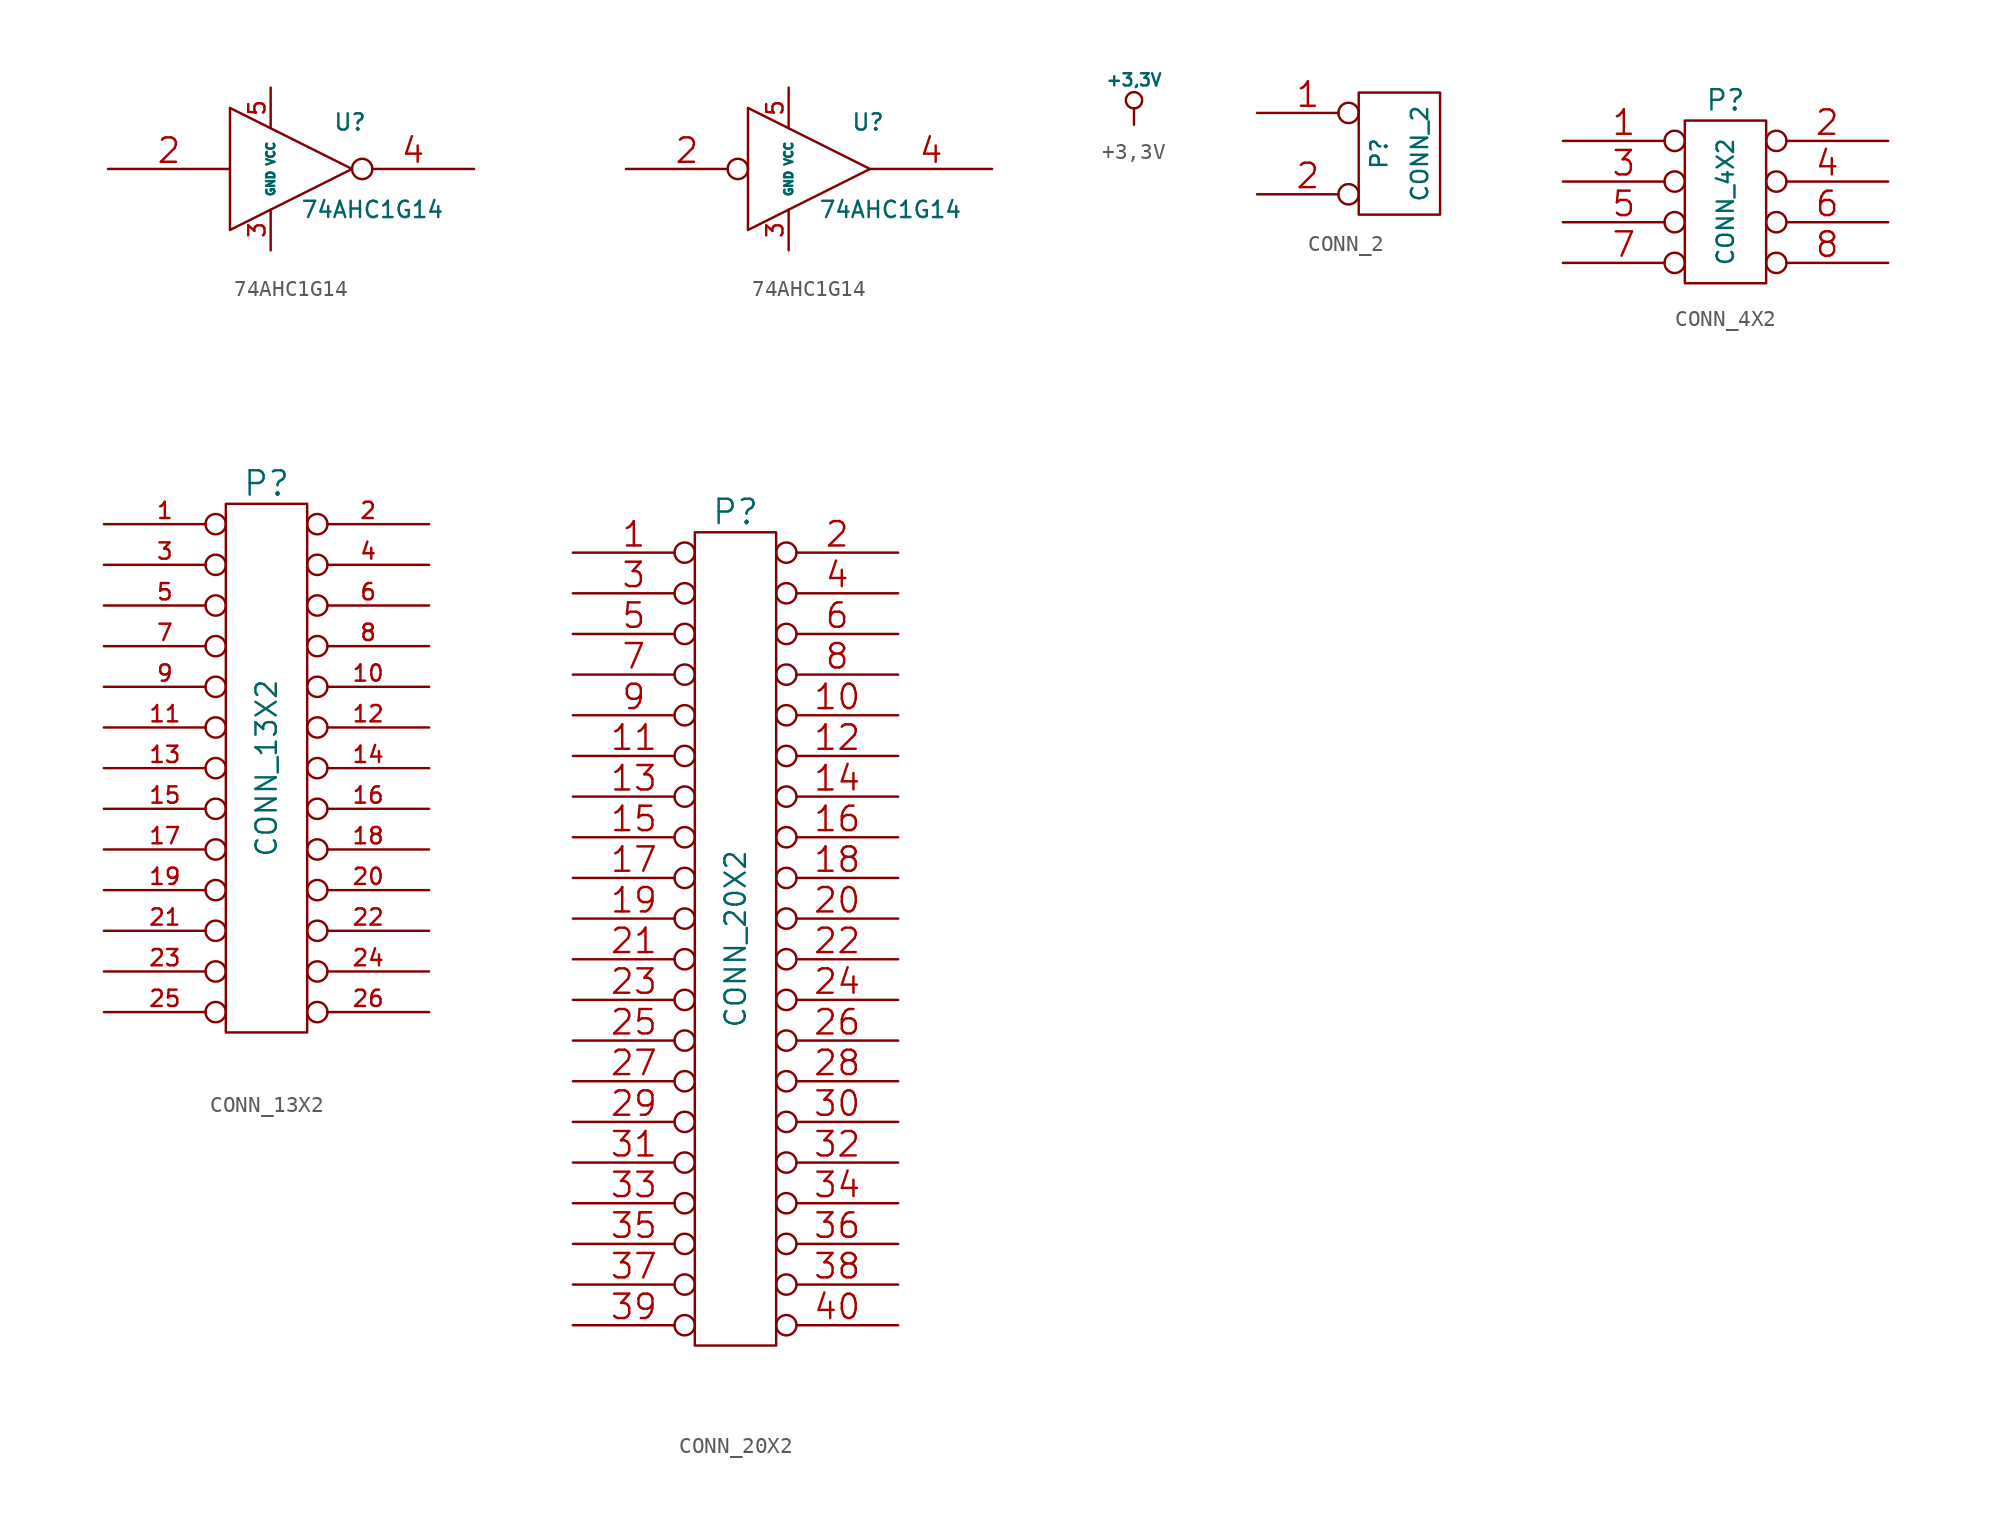
<source format=kicad_sym>
(kicad_symbol_lib
  (version 20241209)
  (generator "kicad_symbol_editor")
  (generator_version "9.0")
  (symbol "74AHC1G14"
    (pin_names
      (offset 0.762))
    (property "Reference" "U"
      (at 3.683 2.921 0)
      (effects (font (size 1.016 1.016))))
    (property "Value" "74AHC1G14"
      (at 5.08 -2.54 0)
      (effects (font (size 1.016 1.016))))
    (property "Footprint" ""
      (at 2.413 -3.429 0)
      (effects (font (size 0.762 0.762))))
    (property "Datasheet" ""
      (at 3.683 2.921 0)
      (effects (font (size 1.524 1.524))))
    (symbol "74AHC1G14_0_0"
      (polyline (pts (xy -3.81 3.81) (xy -3.81 -3.81) (xy 3.81 0) (xy -3.81 3.81)) (stroke (width 0) (type default)) (fill (type none)))
      (pin power_in line (at -1.27 5.08 270) (length 2.54) (name "VCC" (effects (font (size 0.508 0.508)))) (number "5" (effects (font (size 1.016 1.016)))))
      (pin power_in line (at -1.27 -5.08 90) (length 2.54) (name "GND" (effects (font (size 0.508 0.508)))) (number "3" (effects (font (size 1.016 1.016))))))
    (symbol "74AHC1G14_1_1"
      (pin input line (at -11.43 0 0) (length 7.62) (name "~" (effects (font (size 1.524 1.524)))) (number "2" (effects (font (size 1.524 1.524)))))
      (pin output inverted (at 11.43 0 180) (length 7.62) (name "~" (effects (font (size 1.524 1.524)))) (number "4" (effects (font (size 1.524 1.524))))))
    (symbol "74AHC1G14_1_2"
      (pin input inverted (at -11.43 0 0) (length 7.62) (name "~" (effects (font (size 1.524 1.524)))) (number "2" (effects (font (size 1.524 1.524)))))
      (pin output line (at 11.43 0 180) (length 7.62) (name "~" (effects (font (size 1.524 1.524)))) (number "4" (effects (font (size 1.524 1.524)))))))
  (symbol "+3,3V"
    (power)
    (pin_names
      (offset 0))
    (property "Reference" "#PWR"
      (at 0 -1.016 0)
      (effects (font (size 0.762 0.762)) (hide yes)))
    (property "Value" "+3,3V"
      (at 0 2.794 0)
      (effects (font (size 0.762 0.762))))
    (property "Footprint" ""
      (at 0 0 0)
      (effects (font (size 1.524 1.524))))
    (property "Datasheet" ""
      (at 0 0 0)
      (effects (font (size 1.524 1.524))))
    (symbol "+3,3V_0_0"
      (pin power_in line (at 0 0 90) (length 0) (hide yes) (name "+3.3V" (effects (font (size 0.762 0.762)))) (number "1" (effects (font (size 0.762 0.762))))))
    (symbol "+3,3V_0_1"
      (circle (center 0 1.524) (radius 0.508) (stroke (width 0) (type default)) (fill (type none)))
      (polyline (pts (xy 0 0) (xy 0 1.016) (xy 0 1.016)) (stroke (width 0) (type default)) (fill (type none)))))
  (symbol "CONN_2"
    (pin_names
      (offset 1.016)
      (hide yes))
    (property "Reference" "P"
      (at -1.27 0 90)
      (effects (font (size 1.016 1.016))))
    (property "Value" "CONN_2"
      (at 1.27 0 90)
      (effects (font (size 1.016 1.016))))
    (property "Footprint" ""
      (at 0 0 0)
      (effects (font (size 1.524 1.524))))
    (property "Datasheet" ""
      (at 0 0 0)
      (effects (font (size 1.524 1.524))))
    (symbol "CONN_2_0_1"
      (rectangle (start -2.54 3.81) (end 2.54 -3.81) (stroke (width 0) (type default)) (fill (type none))))
    (symbol "CONN_2_1_1"
      (pin passive inverted (at -8.89 2.54 0) (length 6.35) (name "P1" (effects (font (size 1.524 1.524)))) (number "1" (effects (font (size 1.524 1.524)))))
      (pin passive inverted (at -8.89 -2.54 0) (length 6.35) (name "PM" (effects (font (size 1.524 1.524)))) (number "2" (effects (font (size 1.524 1.524)))))))
  (symbol "CONN_4X2"
    (pin_names
      (offset 1.016)
      (hide yes))
    (property "Reference" "P"
      (at 0 6.35 0)
      (effects (font (size 1.27 1.27))))
    (property "Value" "CONN_4X2"
      (at 0 0 90)
      (effects (font (size 1.016 1.016))))
    (property "Footprint" ""
      (at 0 0 0)
      (effects (font (size 1.524 1.524))))
    (property "Datasheet" ""
      (at 0 0 0)
      (effects (font (size 1.524 1.524))))
    (symbol "CONN_4X2_0_1"
      (rectangle (start -2.54 5.08) (end 2.54 -5.08) (stroke (width 0) (type default)) (fill (type none))))
    (symbol "CONN_4X2_1_1"
      (pin passive inverted (at -10.16 3.81 0) (length 7.62) (name "1" (effects (font (size 1.524 1.524)))) (number "1" (effects (font (size 1.524 1.524)))))
      (pin passive inverted (at -10.16 1.27 0) (length 7.62) (name "3" (effects (font (size 1.524 1.524)))) (number "3" (effects (font (size 1.524 1.524)))))
      (pin passive inverted (at -10.16 -1.27 0) (length 7.62) (name "5" (effects (font (size 1.524 1.524)))) (number "5" (effects (font (size 1.524 1.524)))))
      (pin passive inverted (at -10.16 -3.81 0) (length 7.62) (name "7" (effects (font (size 1.524 1.524)))) (number "7" (effects (font (size 1.524 1.524)))))
      (pin passive inverted (at 10.16 3.81 180) (length 7.62) (name "2" (effects (font (size 1.524 1.524)))) (number "2" (effects (font (size 1.524 1.524)))))
      (pin passive inverted (at 10.16 1.27 180) (length 7.62) (name "4" (effects (font (size 1.524 1.524)))) (number "4" (effects (font (size 1.524 1.524)))))
      (pin passive inverted (at 10.16 -1.27 180) (length 7.62) (name "6" (effects (font (size 1.524 1.524)))) (number "6" (effects (font (size 1.524 1.524)))))
      (pin passive inverted (at 10.16 -3.81 180) (length 7.62) (name "8" (effects (font (size 1.524 1.524)))) (number "8" (effects (font (size 1.524 1.524)))))))
  (symbol "CONN_13X2"
    (pin_names
      (offset 0.254)
      (hide yes))
    (property "Reference" "P"
      (at 0 17.78 0)
      (effects (font (size 1.524 1.524))))
    (property "Value" "CONN_13X2"
      (at 0 0 90)
      (effects (font (size 1.27 1.27))))
    (property "Footprint" ""
      (at 0 0 0)
      (effects (font (size 1.524 1.524))))
    (property "Datasheet" ""
      (at 0 0 0)
      (effects (font (size 1.524 1.524))))
    (symbol "CONN_13X2_0_1"
      (rectangle (start -2.54 16.51) (end 2.54 -16.51) (stroke (width 0) (type default)) (fill (type none))))
    (symbol "CONN_13X2_1_1"
      (pin passive inverted (at -10.16 15.24 0) (length 7.62) (name "P1" (effects (font (size 0.762 0.762)))) (number "1" (effects (font (size 1.016 1.016)))))
      (pin passive inverted (at -10.16 12.7 0) (length 7.62) (name "P3" (effects (font (size 0.762 0.762)))) (number "3" (effects (font (size 1.016 1.016)))))
      (pin passive inverted (at -10.16 10.16 0) (length 7.62) (name "P5" (effects (font (size 0.762 0.762)))) (number "5" (effects (font (size 1.016 1.016)))))
      (pin passive inverted (at -10.16 7.62 0) (length 7.62) (name "P7" (effects (font (size 0.762 0.762)))) (number "7" (effects (font (size 1.016 1.016)))))
      (pin passive inverted (at -10.16 5.08 0) (length 7.62) (name "P9" (effects (font (size 0.762 0.762)))) (number "9" (effects (font (size 1.016 1.016)))))
      (pin passive inverted (at -10.16 2.54 0) (length 7.62) (name "P11" (effects (font (size 0.762 0.762)))) (number "11" (effects (font (size 1.016 1.016)))))
      (pin passive inverted (at -10.16 0 0) (length 7.62) (name "P13" (effects (font (size 0.762 0.762)))) (number "13" (effects (font (size 1.016 1.016)))))
      (pin passive inverted (at -10.16 -2.54 0) (length 7.62) (name "P15" (effects (font (size 0.762 0.762)))) (number "15" (effects (font (size 1.016 1.016)))))
      (pin passive inverted (at -10.16 -5.08 0) (length 7.62) (name "P17" (effects (font (size 0.762 0.762)))) (number "17" (effects (font (size 1.016 1.016)))))
      (pin passive inverted (at -10.16 -7.62 0) (length 7.62) (name "P19" (effects (font (size 0.762 0.762)))) (number "19" (effects (font (size 1.016 1.016)))))
      (pin passive inverted (at -10.16 -10.16 0) (length 7.62) (name "P21" (effects (font (size 0.762 0.762)))) (number "21" (effects (font (size 1.016 1.016)))))
      (pin passive inverted (at -10.16 -12.7 0) (length 7.62) (name "P23" (effects (font (size 0.762 0.762)))) (number "23" (effects (font (size 1.016 1.016)))))
      (pin passive inverted (at -10.16 -15.24 0) (length 7.62) (name "P24" (effects (font (size 0.762 0.762)))) (number "25" (effects (font (size 1.016 1.016)))))
      (pin passive inverted (at 10.16 15.24 180) (length 7.62) (name "P2" (effects (font (size 0.762 0.762)))) (number "2" (effects (font (size 1.016 1.016)))))
      (pin passive inverted (at 10.16 12.7 180) (length 7.62) (name "P4" (effects (font (size 0.762 0.762)))) (number "4" (effects (font (size 1.016 1.016)))))
      (pin passive inverted (at 10.16 10.16 180) (length 7.62) (name "P6" (effects (font (size 0.762 0.762)))) (number "6" (effects (font (size 1.016 1.016)))))
      (pin passive inverted (at 10.16 7.62 180) (length 7.62) (name "P8" (effects (font (size 0.762 0.762)))) (number "8" (effects (font (size 1.016 1.016)))))
      (pin passive inverted (at 10.16 5.08 180) (length 7.62) (name "P10" (effects (font (size 0.762 0.762)))) (number "10" (effects (font (size 1.016 1.016)))))
      (pin passive inverted (at 10.16 2.54 180) (length 7.62) (name "P12" (effects (font (size 0.762 0.762)))) (number "12" (effects (font (size 1.016 1.016)))))
      (pin passive inverted (at 10.16 0 180) (length 7.62) (name "P14" (effects (font (size 0.762 0.762)))) (number "14" (effects (font (size 1.016 1.016)))))
      (pin passive inverted (at 10.16 -2.54 180) (length 7.62) (name "P16" (effects (font (size 0.762 0.762)))) (number "16" (effects (font (size 1.016 1.016)))))
      (pin passive inverted (at 10.16 -5.08 180) (length 7.62) (name "P18" (effects (font (size 0.762 0.762)))) (number "18" (effects (font (size 1.016 1.016)))))
      (pin passive inverted (at 10.16 -7.62 180) (length 7.62) (name "P20" (effects (font (size 0.762 0.762)))) (number "20" (effects (font (size 1.016 1.016)))))
      (pin passive inverted (at 10.16 -10.16 180) (length 7.62) (name "P22" (effects (font (size 0.762 0.762)))) (number "22" (effects (font (size 1.016 1.016)))))
      (pin passive inverted (at 10.16 -12.7 180) (length 7.62) (name "P20" (effects (font (size 0.762 0.762)))) (number "24" (effects (font (size 1.016 1.016)))))
      (pin passive inverted (at 10.16 -15.24 180) (length 7.62) (name "P22" (effects (font (size 0.762 0.762)))) (number "26" (effects (font (size 1.016 1.016)))))))
  (symbol "CONN_20X2"
    (pin_names
      (offset 0.254)
      (hide yes))
    (property "Reference" "P"
      (at 0 26.67 0)
      (effects (font (size 1.524 1.524))))
    (property "Value" "CONN_20X2"
      (at 0 0 90)
      (effects (font (size 1.27 1.27))))
    (property "Footprint" ""
      (at 0 0 0)
      (effects (font (size 1.524 1.524))))
    (property "Datasheet" ""
      (at 0 0 0)
      (effects (font (size 1.524 1.524))))
    (symbol "CONN_20X2_0_1"
      (rectangle (start -2.54 25.4) (end 2.54 -25.4) (stroke (width 0) (type default)) (fill (type none))))
    (symbol "CONN_20X2_1_1"
      (pin passive inverted (at -10.16 24.13 0) (length 7.62) (name "P1" (effects (font (size 0.762 0.762)))) (number "1" (effects (font (size 1.524 1.524)))))
      (pin passive inverted (at -10.16 21.59 0) (length 7.62) (name "P3" (effects (font (size 0.762 0.762)))) (number "3" (effects (font (size 1.524 1.524)))))
      (pin passive inverted (at -10.16 19.05 0) (length 7.62) (name "P5" (effects (font (size 0.762 0.762)))) (number "5" (effects (font (size 1.524 1.524)))))
      (pin passive inverted (at -10.16 16.51 0) (length 7.62) (name "P7" (effects (font (size 0.762 0.762)))) (number "7" (effects (font (size 1.524 1.524)))))
      (pin passive inverted (at -10.16 13.97 0) (length 7.62) (name "P9" (effects (font (size 0.762 0.762)))) (number "9" (effects (font (size 1.524 1.524)))))
      (pin passive inverted (at -10.16 11.43 0) (length 7.62) (name "P11" (effects (font (size 0.762 0.762)))) (number "11" (effects (font (size 1.524 1.524)))))
      (pin passive inverted (at -10.16 8.89 0) (length 7.62) (name "P13" (effects (font (size 0.762 0.762)))) (number "13" (effects (font (size 1.524 1.524)))))
      (pin passive inverted (at -10.16 6.35 0) (length 7.62) (name "P15" (effects (font (size 0.762 0.762)))) (number "15" (effects (font (size 1.524 1.524)))))
      (pin passive inverted (at -10.16 3.81 0) (length 7.62) (name "P17" (effects (font (size 0.762 0.762)))) (number "17" (effects (font (size 1.524 1.524)))))
      (pin passive inverted (at -10.16 1.27 0) (length 7.62) (name "P19" (effects (font (size 0.762 0.762)))) (number "19" (effects (font (size 1.524 1.524)))))
      (pin passive inverted (at -10.16 -1.27 0) (length 7.62) (name "P21" (effects (font (size 0.762 0.762)))) (number "21" (effects (font (size 1.524 1.524)))))
      (pin passive inverted (at -10.16 -3.81 0) (length 7.62) (name "P23" (effects (font (size 0.762 0.762)))) (number "23" (effects (font (size 1.524 1.524)))))
      (pin passive inverted (at -10.16 -6.35 0) (length 7.62) (name "~" (effects (font (size 0.762 0.762)))) (number "25" (effects (font (size 1.524 1.524)))))
      (pin passive inverted (at -10.16 -8.89 0) (length 7.62) (name "P27" (effects (font (size 0.762 0.762)))) (number "27" (effects (font (size 1.524 1.524)))))
      (pin passive inverted (at -10.16 -11.43 0) (length 7.62) (name "P29" (effects (font (size 0.762 0.762)))) (number "29" (effects (font (size 1.524 1.524)))))
      (pin passive inverted (at -10.16 -13.97 0) (length 7.62) (name "P31" (effects (font (size 0.762 0.762)))) (number "31" (effects (font (size 1.524 1.524)))))
      (pin passive inverted (at -10.16 -16.51 0) (length 7.62) (name "P33" (effects (font (size 0.762 0.762)))) (number "33" (effects (font (size 1.524 1.524)))))
      (pin passive inverted (at -10.16 -19.05 0) (length 7.62) (name "P35" (effects (font (size 0.762 0.762)))) (number "35" (effects (font (size 1.524 1.524)))))
      (pin passive inverted (at -10.16 -21.59 0) (length 7.62) (name "P37" (effects (font (size 0.762 0.762)))) (number "37" (effects (font (size 1.524 1.524)))))
      (pin passive inverted (at -10.16 -24.13 0) (length 7.62) (name "P39" (effects (font (size 0.762 0.762)))) (number "39" (effects (font (size 1.524 1.524)))))
      (pin passive inverted (at 10.16 24.13 180) (length 7.62) (name "P2" (effects (font (size 0.762 0.762)))) (number "2" (effects (font (size 1.524 1.524)))))
      (pin passive inverted (at 10.16 21.59 180) (length 7.62) (name "P4" (effects (font (size 0.762 0.762)))) (number "4" (effects (font (size 1.524 1.524)))))
      (pin passive inverted (at 10.16 19.05 180) (length 7.62) (name "P6" (effects (font (size 0.762 0.762)))) (number "6" (effects (font (size 1.524 1.524)))))
      (pin passive inverted (at 10.16 16.51 180) (length 7.62) (name "P8" (effects (font (size 0.762 0.762)))) (number "8" (effects (font (size 1.524 1.524)))))
      (pin passive inverted (at 10.16 13.97 180) (length 7.62) (name "P10" (effects (font (size 0.762 0.762)))) (number "10" (effects (font (size 1.524 1.524)))))
      (pin passive inverted (at 10.16 11.43 180) (length 7.62) (name "P12" (effects (font (size 0.762 0.762)))) (number "12" (effects (font (size 1.524 1.524)))))
      (pin passive inverted (at 10.16 8.89 180) (length 7.62) (name "P14" (effects (font (size 0.762 0.762)))) (number "14" (effects (font (size 1.524 1.524)))))
      (pin passive inverted (at 10.16 6.35 180) (length 7.62) (name "P16" (effects (font (size 0.762 0.762)))) (number "16" (effects (font (size 1.524 1.524)))))
      (pin passive inverted (at 10.16 3.81 180) (length 7.62) (name "P18" (effects (font (size 0.762 0.762)))) (number "18" (effects (font (size 1.524 1.524)))))
      (pin passive inverted (at 10.16 1.27 180) (length 7.62) (name "P20" (effects (font (size 0.762 0.762)))) (number "20" (effects (font (size 1.524 1.524)))))
      (pin passive inverted (at 10.16 -1.27 180) (length 7.62) (name "P22" (effects (font (size 0.762 0.762)))) (number "22" (effects (font (size 1.524 1.524)))))
      (pin passive inverted (at 10.16 -3.81 180) (length 7.62) (name "P24" (effects (font (size 0.762 0.762)))) (number "24" (effects (font (size 1.524 1.524)))))
      (pin passive inverted (at 10.16 -6.35 180) (length 7.62) (name "P26" (effects (font (size 0.762 0.762)))) (number "26" (effects (font (size 1.524 1.524)))))
      (pin passive inverted (at 10.16 -8.89 180) (length 7.62) (name "P28" (effects (font (size 0.762 0.762)))) (number "28" (effects (font (size 1.524 1.524)))))
      (pin passive inverted (at 10.16 -11.43 180) (length 7.62) (name "P30" (effects (font (size 0.762 0.762)))) (number "30" (effects (font (size 1.524 1.524)))))
      (pin passive inverted (at 10.16 -13.97 180) (length 7.62) (name "P32" (effects (font (size 0.762 0.762)))) (number "32" (effects (font (size 1.524 1.524)))))
      (pin passive inverted (at 10.16 -16.51 180) (length 7.62) (name "P34" (effects (font (size 0.762 0.762)))) (number "34" (effects (font (size 1.524 1.524)))))
      (pin passive inverted (at 10.16 -19.05 180) (length 7.62) (name "P36" (effects (font (size 0.762 0.762)))) (number "36" (effects (font (size 1.524 1.524)))))
      (pin passive inverted (at 10.16 -21.59 180) (length 7.62) (name "P38" (effects (font (size 0.762 0.762)))) (number "38" (effects (font (size 1.524 1.524)))))
      (pin passive inverted (at 10.16 -24.13 180) (length 7.62) (name "P40" (effects (font (size 0.762 0.762)))) (number "40" (effects (font (size 1.524 1.524))))))))
</source>
